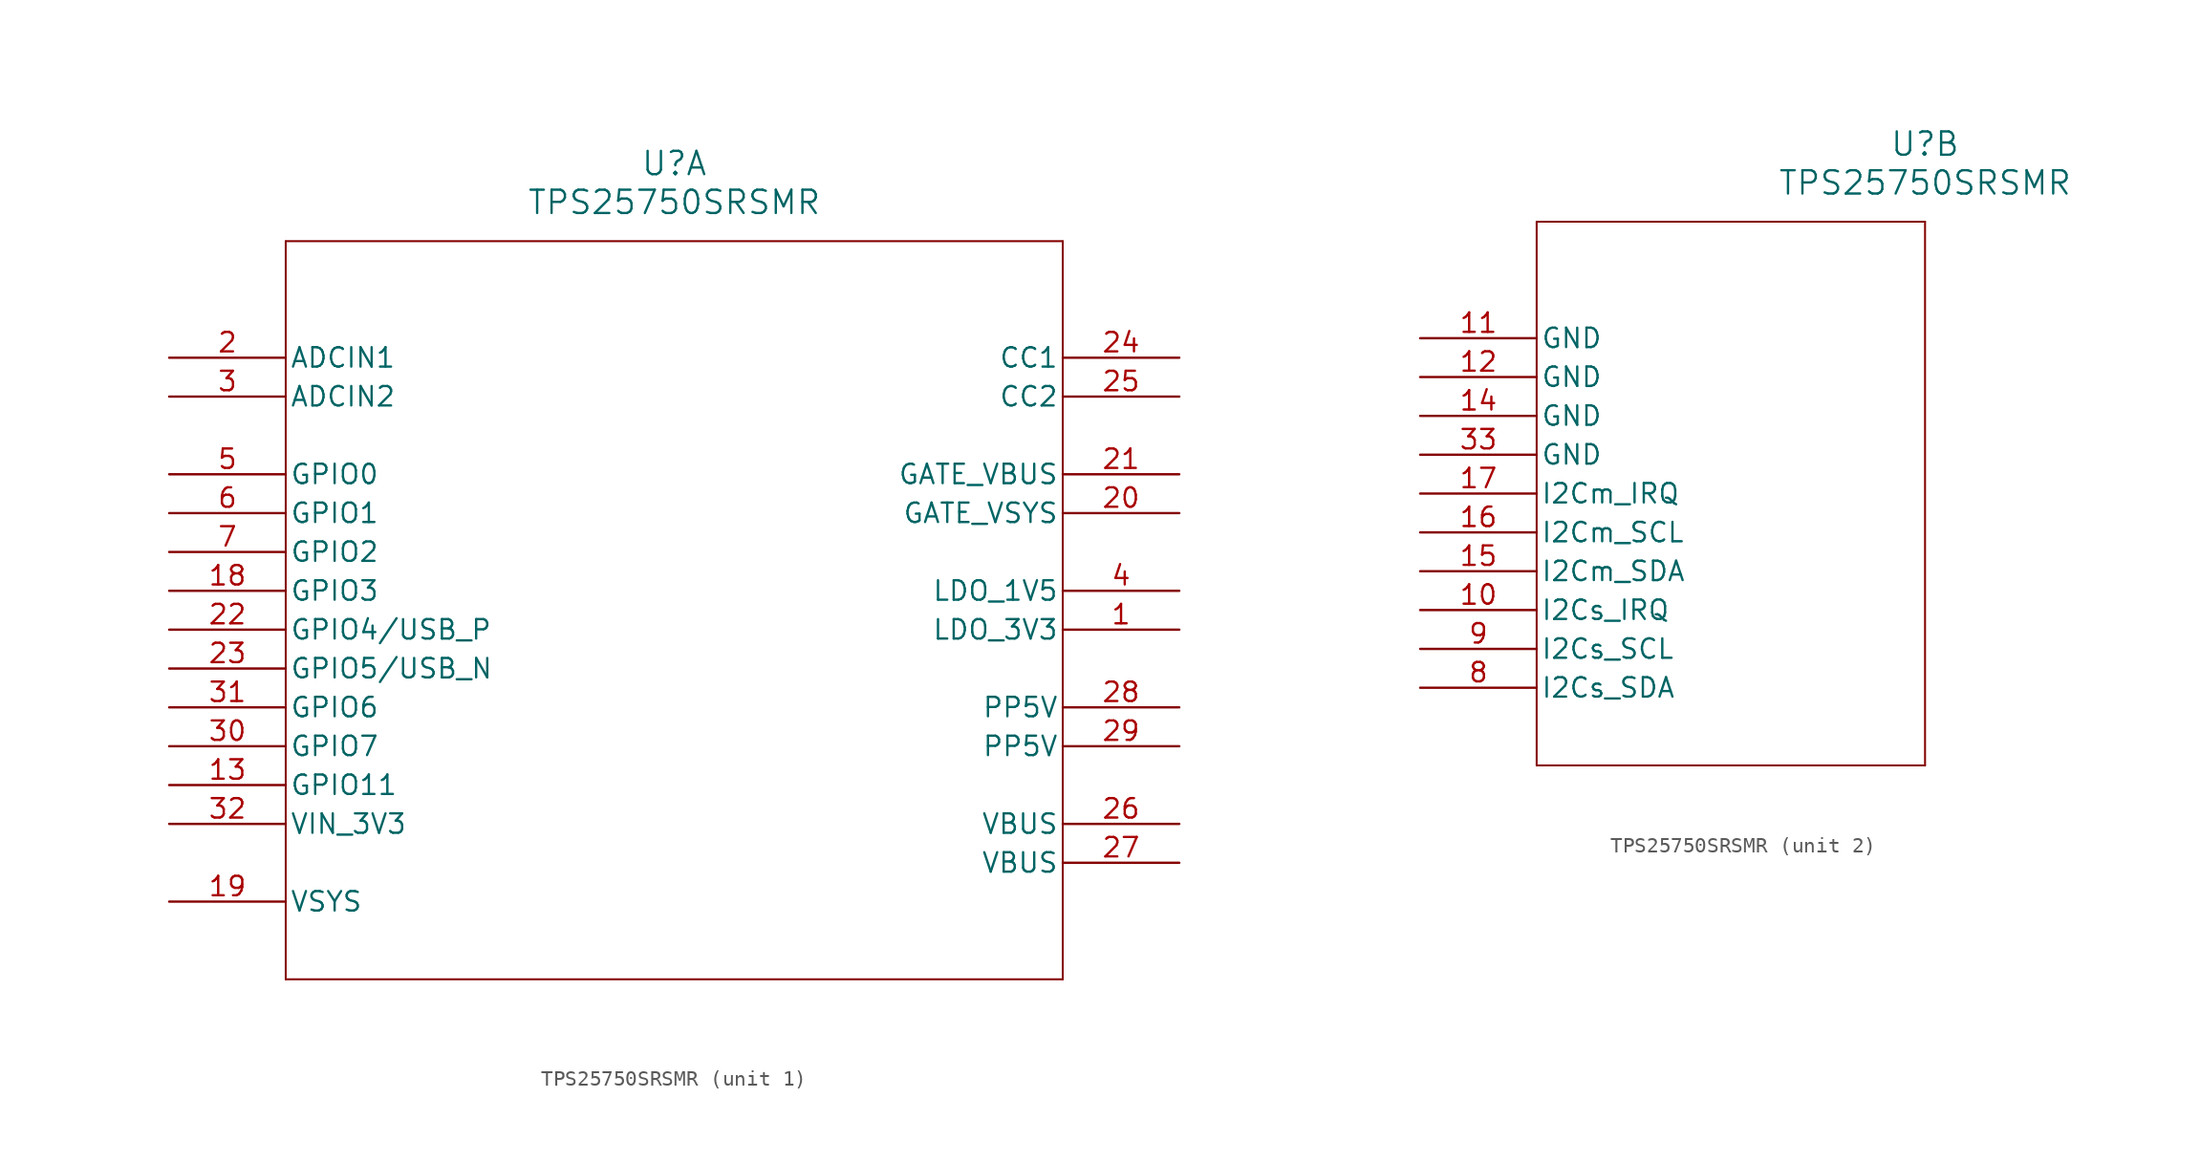
<source format=kicad_sym>
(kicad_symbol_lib
  (version 20211014)
  (generator kicad_symbol_editor)
  (symbol "TPS25750SRSMR"
    (pin_names
      (offset 0.254))
    (property "Reference" "U"
      (at 33.02 12.7 0)
      (effects (font (size 1.524 1.524))))
    (property "Value" "TPS25750SRSMR"
      (at 33.02 10.16 0)
      (effects (font (size 1.524 1.524))))
    (symbol "TPS25750SRSMR_1_1"
      (polyline (pts (xy 7.62 7.62) (xy 7.62 -40.64)) (stroke (width 0.127) (type default) (color 0 0 0 0)) (fill (type none)))
      (polyline (pts (xy 7.62 -40.64) (xy 58.42 -40.64)) (stroke (width 0.127) (type default) (color 0 0 0 0)) (fill (type none)))
      (polyline (pts (xy 58.42 -40.64) (xy 58.42 7.62)) (stroke (width 0.127) (type default) (color 0 0 0 0)) (fill (type none)))
      (polyline (pts (xy 58.42 7.62) (xy 7.62 7.62)) (stroke (width 0.127) (type default) (color 0 0 0 0)) (fill (type none)))
      (pin bidirectional line (at 66.04 -17.78 180) (length 7.62) (name "LDO_3V3" (effects (font (size 1.27 1.27)))) (number "1" (effects (font (size 1.27 1.27)))))
      (pin input line (at 0 0 0) (length 7.62) (name "ADCIN1" (effects (font (size 1.27 1.27)))) (number "2" (effects (font (size 1.27 1.27)))))
      (pin input line (at 0 -2.54 0) (length 7.62) (name "ADCIN2" (effects (font (size 1.27 1.27)))) (number "3" (effects (font (size 1.27 1.27)))))
      (pin bidirectional line (at 66.04 -15.24 180) (length 7.62) (name "LDO_1V5" (effects (font (size 1.27 1.27)))) (number "4" (effects (font (size 1.27 1.27)))))
      (pin bidirectional line (at 0 -7.62 0) (length 7.62) (name "GPIO0" (effects (font (size 1.27 1.27)))) (number "5" (effects (font (size 1.27 1.27)))))
      (pin bidirectional line (at 0 -10.16 0) (length 7.62) (name "GPIO1" (effects (font (size 1.27 1.27)))) (number "6" (effects (font (size 1.27 1.27)))))
      (pin bidirectional line (at 0 -12.7 0) (length 7.62) (name "GPIO2" (effects (font (size 1.27 1.27)))) (number "7" (effects (font (size 1.27 1.27)))))
      (pin bidirectional line (at 0 -27.94 0) (length 7.62) (name "GPIO11" (effects (font (size 1.27 1.27)))) (number "13" (effects (font (size 1.27 1.27)))))
      (pin bidirectional line (at 0 -15.24 0) (length 7.62) (name "GPIO3" (effects (font (size 1.27 1.27)))) (number "18" (effects (font (size 1.27 1.27)))))
      (pin unspecified line (at 0 -35.56 0) (length 7.62) (name "VSYS" (effects (font (size 1.27 1.27)))) (number "19" (effects (font (size 1.27 1.27)))))
      (pin unspecified line (at 66.04 -10.16 180) (length 7.62) (name "GATE_VSYS" (effects (font (size 1.27 1.27)))) (number "20" (effects (font (size 1.27 1.27)))))
      (pin unspecified line (at 66.04 -7.62 180) (length 7.62) (name "GATE_VBUS" (effects (font (size 1.27 1.27)))) (number "21" (effects (font (size 1.27 1.27)))))
      (pin bidirectional line (at 0 -17.78 0) (length 7.62) (name "GPIO4/USB_P" (effects (font (size 1.27 1.27)))) (number "22" (effects (font (size 1.27 1.27)))))
      (pin bidirectional line (at 0 -20.32 0) (length 7.62) (name "GPIO5/USB_N" (effects (font (size 1.27 1.27)))) (number "23" (effects (font (size 1.27 1.27)))))
      (pin bidirectional line (at 66.04 0 180) (length 7.62) (name "CC1" (effects (font (size 1.27 1.27)))) (number "24" (effects (font (size 1.27 1.27)))))
      (pin bidirectional line (at 66.04 -2.54 180) (length 7.62) (name "CC2" (effects (font (size 1.27 1.27)))) (number "25" (effects (font (size 1.27 1.27)))))
      (pin unspecified line (at 66.04 -30.48 180) (length 7.62) (name "VBUS" (effects (font (size 1.27 1.27)))) (number "26" (effects (font (size 1.27 1.27)))))
      (pin unspecified line (at 66.04 -33.02 180) (length 7.62) (name "VBUS" (effects (font (size 1.27 1.27)))) (number "27" (effects (font (size 1.27 1.27)))))
      (pin bidirectional line (at 66.04 -22.86 180) (length 7.62) (name "PP5V" (effects (font (size 1.27 1.27)))) (number "28" (effects (font (size 1.27 1.27)))))
      (pin bidirectional line (at 66.04 -25.4 180) (length 7.62) (name "PP5V" (effects (font (size 1.27 1.27)))) (number "29" (effects (font (size 1.27 1.27)))))
      (pin bidirectional line (at 0 -25.4 0) (length 7.62) (name "GPIO7" (effects (font (size 1.27 1.27)))) (number "30" (effects (font (size 1.27 1.27)))))
      (pin bidirectional line (at 0 -22.86 0) (length 7.62) (name "GPIO6" (effects (font (size 1.27 1.27)))) (number "31" (effects (font (size 1.27 1.27)))))
      (pin unspecified line (at 0 -30.48 0) (length 7.62) (name "VIN_3V3" (effects (font (size 1.27 1.27)))) (number "32" (effects (font (size 1.27 1.27))))))
    (symbol "TPS25750SRSMR_2_1"
      (polyline (pts (xy 7.62 7.62) (xy 7.62 -27.94)) (stroke (width 0.127) (type default) (color 0 0 0 0)) (fill (type none)))
      (polyline (pts (xy 7.62 -27.94) (xy 33.02 -27.94)) (stroke (width 0.127) (type default) (color 0 0 0 0)) (fill (type none)))
      (polyline (pts (xy 33.02 -27.94) (xy 33.02 7.62)) (stroke (width 0.127) (type default) (color 0 0 0 0)) (fill (type none)))
      (polyline (pts (xy 33.02 7.62) (xy 7.62 7.62)) (stroke (width 0.127) (type default) (color 0 0 0 0)) (fill (type none)))
      (pin bidirectional line (at 0 -22.86 0) (length 7.62) (name "I2Cs_SDA" (effects (font (size 1.27 1.27)))) (number "8" (effects (font (size 1.27 1.27)))))
      (pin bidirectional line (at 0 -20.32 0) (length 7.62) (name "I2Cs_SCL" (effects (font (size 1.27 1.27)))) (number "9" (effects (font (size 1.27 1.27)))))
      (pin bidirectional line (at 0 -17.78 0) (length 7.62) (name "I2Cs_IRQ" (effects (font (size 1.27 1.27)))) (number "10" (effects (font (size 1.27 1.27)))))
      (pin power_out line (at 0 0 0) (length 7.62) (name "GND" (effects (font (size 1.27 1.27)))) (number "11" (effects (font (size 1.27 1.27)))))
      (pin power_out line (at 0 -2.54 0) (length 7.62) (name "GND" (effects (font (size 1.27 1.27)))) (number "12" (effects (font (size 1.27 1.27)))))
      (pin power_out line (at 0 -5.08 0) (length 7.62) (name "GND" (effects (font (size 1.27 1.27)))) (number "14" (effects (font (size 1.27 1.27)))))
      (pin bidirectional line (at 0 -15.24 0) (length 7.62) (name "I2Cm_SDA" (effects (font (size 1.27 1.27)))) (number "15" (effects (font (size 1.27 1.27)))))
      (pin bidirectional line (at 0 -12.7 0) (length 7.62) (name "I2Cm_SCL" (effects (font (size 1.27 1.27)))) (number "16" (effects (font (size 1.27 1.27)))))
      (pin bidirectional line (at 0 -10.16 0) (length 7.62) (name "I2Cm_IRQ" (effects (font (size 1.27 1.27)))) (number "17" (effects (font (size 1.27 1.27)))))
      (pin power_out line (at 0 -7.62 0) (length 7.62) (name "GND" (effects (font (size 1.27 1.27)))) (number "33" (effects (font (size 1.27 1.27))))))))
</source>
